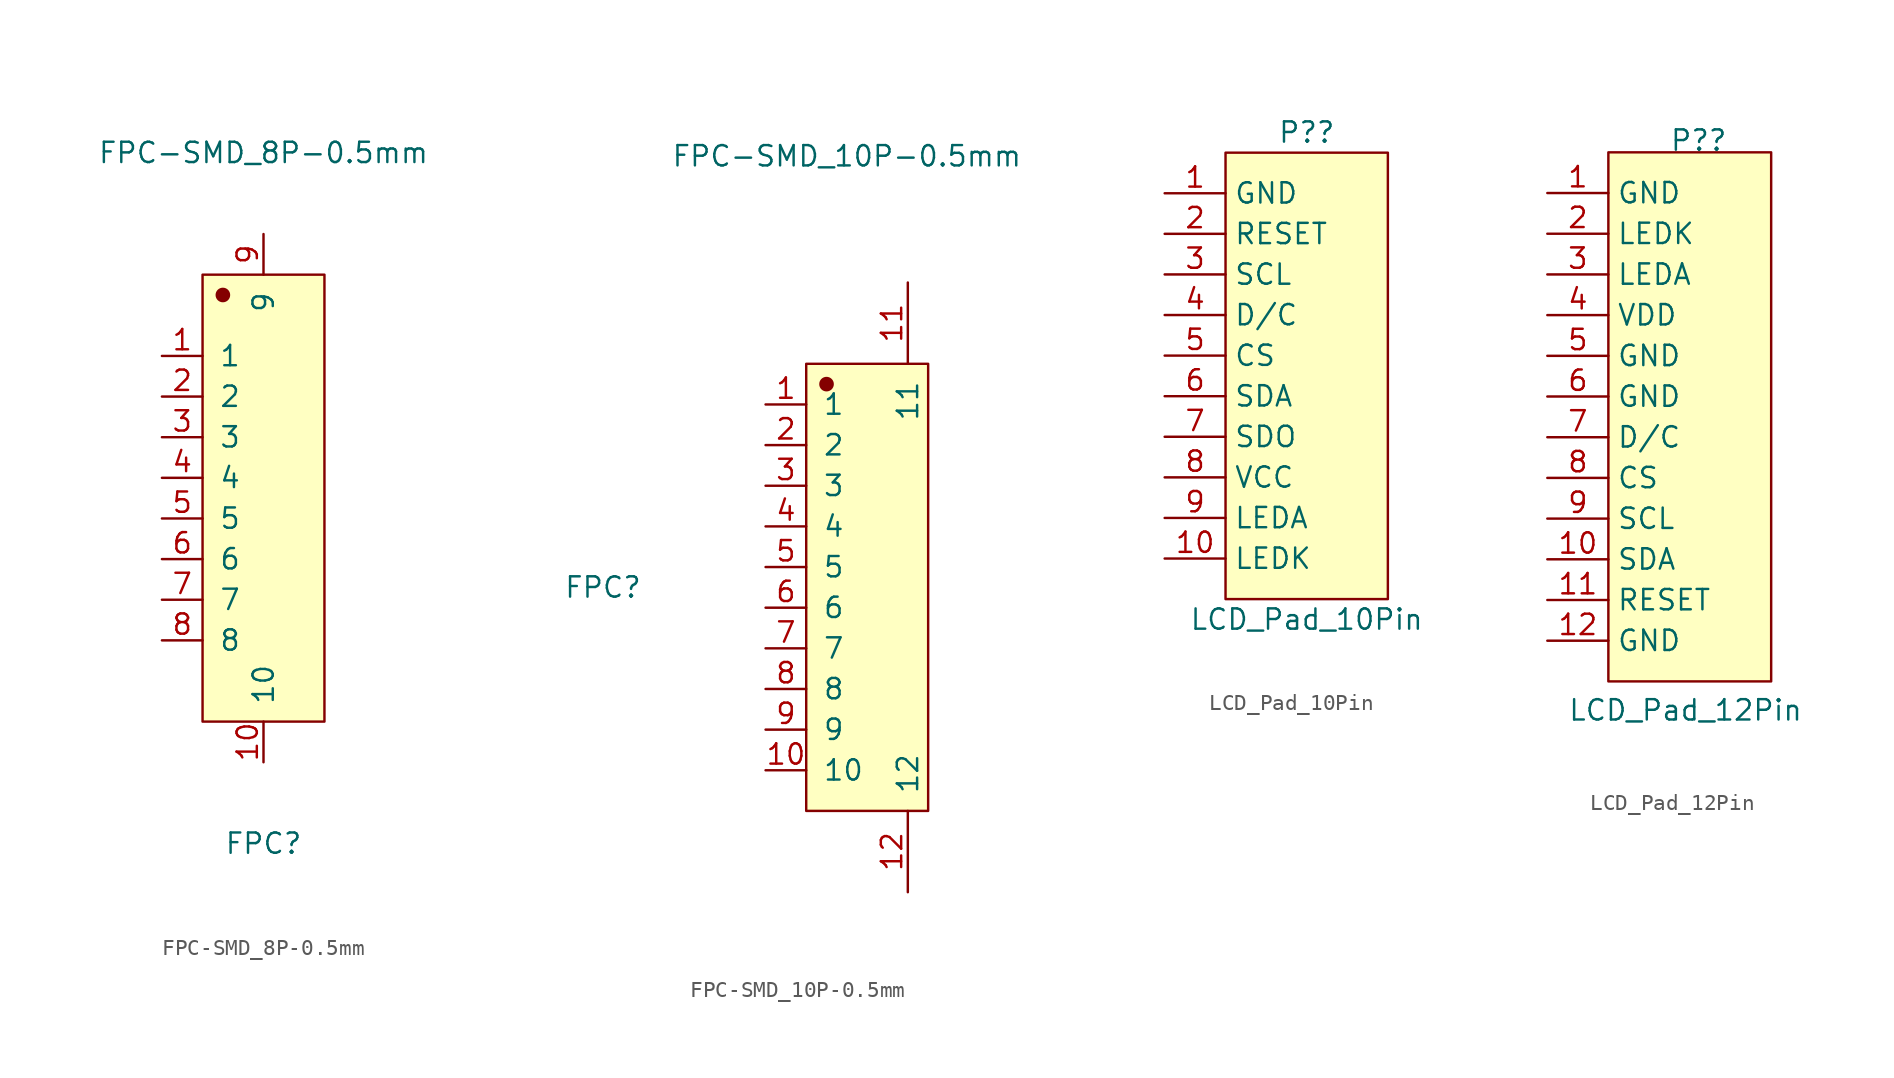
<source format=kicad_sym>
(kicad_symbol_lib
  (version 20211014)
  (generator kicad_symbol_editor)
  (symbol "FPC-SMD_8P-0.5mm"
    (pin_names
      (offset 1.016))
    (property "Reference" "FPC"
      (at 2.54 -21.59 0)
      (effects (font (size 1.27 1.27))))
    (property "Value" "FPC-SMD_8P-0.5mm"
      (at 2.54 21.59 0)
      (effects (font (size 1.27 1.27))))
    (symbol "FPC-SMD_8P-0.5mm_1_1"
      (rectangle (start -1.27 13.97) (end 6.35 -13.97) (stroke (width 0.152) (type default) (color 0 0 0 0)) (fill (type background)))
      (circle (center 0 12.7) (radius 0.381) (stroke (width 0.152) (type default) (color 0 0 0 0)) (fill (type outline)))
      (pin input line (at -3.81 8.89 0) (length 2.54) (name "1" (effects (font (size 1.27 1.27)))) (number "1" (effects (font (size 1.27 1.27)))))
      (pin input line (at 2.54 -16.51 90) (length 2.54) (name "10" (effects (font (size 1.27 1.27)))) (number "10" (effects (font (size 1.27 1.27)))))
      (pin input line (at -3.81 6.35 0) (length 2.54) (name "2" (effects (font (size 1.27 1.27)))) (number "2" (effects (font (size 1.27 1.27)))))
      (pin input line (at -3.81 3.81 0) (length 2.54) (name "3" (effects (font (size 1.27 1.27)))) (number "3" (effects (font (size 1.27 1.27)))))
      (pin input line (at -3.81 1.27 0) (length 2.54) (name "4" (effects (font (size 1.27 1.27)))) (number "4" (effects (font (size 1.27 1.27)))))
      (pin input line (at -3.81 -1.27 0) (length 2.54) (name "5" (effects (font (size 1.27 1.27)))) (number "5" (effects (font (size 1.27 1.27)))))
      (pin input line (at -3.81 -3.81 0) (length 2.54) (name "6" (effects (font (size 1.27 1.27)))) (number "6" (effects (font (size 1.27 1.27)))))
      (pin input line (at -3.81 -6.35 0) (length 2.54) (name "7" (effects (font (size 1.27 1.27)))) (number "7" (effects (font (size 1.27 1.27)))))
      (pin input line (at -3.81 -8.89 0) (length 2.54) (name "8" (effects (font (size 1.27 1.27)))) (number "8" (effects (font (size 1.27 1.27)))))
      (pin input line (at 2.54 16.51 270) (length 2.54) (name "9" (effects (font (size 1.27 1.27)))) (number "9" (effects (font (size 1.27 1.27)))))))
  (symbol "FPC-SMD_10P-0.5mm"
    (pin_names
      (offset 1.016))
    (property "Reference" "FPC"
      (at -15.24 0 0)
      (effects (font (size 1.27 1.27))))
    (property "Value" "FPC-SMD_10P-0.5mm"
      (at 0 26.949 0)
      (effects (font (size 1.27 1.27))))
    (symbol "FPC-SMD_10P-0.5mm_1_1"
      (rectangle (start -2.54 13.97) (end 5.08 -13.97) (stroke (width 0.152) (type default) (color 0 0 0 0)) (fill (type background)))
      (circle (center -1.27 12.7) (radius 0.381) (stroke (width 0.152) (type default) (color 0 0 0 0)) (fill (type outline)))
      (pin input line (at -5.08 11.43 0) (length 2.54) (name "1" (effects (font (size 1.27 1.27)))) (number "1" (effects (font (size 1.27 1.27)))))
      (pin input line (at -5.08 -11.43 0) (length 2.54) (name "10" (effects (font (size 1.27 1.27)))) (number "10" (effects (font (size 1.27 1.27)))))
      (pin input line (at 3.81 19.05 270) (length 5.08) (name "11" (effects (font (size 1.27 1.27)))) (number "11" (effects (font (size 1.27 1.27)))))
      (pin input line (at 3.81 -19.05 90) (length 5.08) (name "12" (effects (font (size 1.27 1.27)))) (number "12" (effects (font (size 1.27 1.27)))))
      (pin input line (at -5.08 8.89 0) (length 2.54) (name "2" (effects (font (size 1.27 1.27)))) (number "2" (effects (font (size 1.27 1.27)))))
      (pin input line (at -5.08 6.35 0) (length 2.54) (name "3" (effects (font (size 1.27 1.27)))) (number "3" (effects (font (size 1.27 1.27)))))
      (pin input line (at -5.08 3.81 0) (length 2.54) (name "4" (effects (font (size 1.27 1.27)))) (number "4" (effects (font (size 1.27 1.27)))))
      (pin input line (at -5.08 1.27 0) (length 2.54) (name "5" (effects (font (size 1.27 1.27)))) (number "5" (effects (font (size 1.27 1.27)))))
      (pin input line (at -5.08 -1.27 0) (length 2.54) (name "6" (effects (font (size 1.27 1.27)))) (number "6" (effects (font (size 1.27 1.27)))))
      (pin input line (at -5.08 -3.81 0) (length 2.54) (name "7" (effects (font (size 1.27 1.27)))) (number "7" (effects (font (size 1.27 1.27)))))
      (pin input line (at -5.08 -6.35 0) (length 2.54) (name "8" (effects (font (size 1.27 1.27)))) (number "8" (effects (font (size 1.27 1.27)))))
      (pin input line (at -5.08 -8.89 0) (length 2.54) (name "9" (effects (font (size 1.27 1.27)))) (number "9" (effects (font (size 1.27 1.27)))))))
  (symbol "LCD_Pad_10Pin"
    (property "Reference" "P?"
      (at -1.27 19.05 0)
      (effects (font (size 1.27 1.27))))
    (property "Value" "LCD_Pad_10Pin"
      (at -1.27 -11.43 0)
      (effects (font (size 1.27 1.27))))
    (symbol "LCD_Pad_10Pin_1_0"
      (rectangle (start -6.35 17.78) (end 3.81 -10.16) (stroke (width 0) (type default) (color 0 0 0 0)) (fill (type background)))
      (pin passive line (at -10.16 15.24 0) (length 3.81) (name "GND" (effects (font (size 1.27 1.27)))) (number "1" (effects (font (size 1.27 1.27)))))
      (pin passive line (at -10.16 -7.62 0) (length 3.81) (name "LEDK" (effects (font (size 1.27 1.27)))) (number "10" (effects (font (size 1.27 1.27)))))
      (pin passive line (at -10.16 12.7 0) (length 3.81) (name "RESET" (effects (font (size 1.27 1.27)))) (number "2" (effects (font (size 1.27 1.27)))))
      (pin passive line (at -10.16 10.16 0) (length 3.81) (name "SCL" (effects (font (size 1.27 1.27)))) (number "3" (effects (font (size 1.27 1.27)))))
      (pin passive line (at -10.16 7.62 0) (length 3.81) (name "D/C" (effects (font (size 1.27 1.27)))) (number "4" (effects (font (size 1.27 1.27)))))
      (pin passive line (at -10.16 5.08 0) (length 3.81) (name "CS" (effects (font (size 1.27 1.27)))) (number "5" (effects (font (size 1.27 1.27)))))
      (pin passive line (at -10.16 2.54 0) (length 3.81) (name "SDA" (effects (font (size 1.27 1.27)))) (number "6" (effects (font (size 1.27 1.27)))))
      (pin passive line (at -10.16 0 0) (length 3.81) (name "SDO" (effects (font (size 1.27 1.27)))) (number "7" (effects (font (size 1.27 1.27)))))
      (pin passive line (at -10.16 -2.54 0) (length 3.81) (name "VCC" (effects (font (size 1.27 1.27)))) (number "8" (effects (font (size 1.27 1.27)))))
      (pin passive line (at -10.16 -5.08 0) (length 3.81) (name "LEDA" (effects (font (size 1.27 1.27)))) (number "9" (effects (font (size 1.27 1.27)))))))
  (symbol "LCD_Pad_12Pin"
    (property "Reference" "P?"
      (at -5.08 17.78 0)
      (effects (font (size 1.27 1.27)) (justify left bottom)))
    (property "Value" "LCD_Pad_12Pin"
      (at -11.43 -17.78 0)
      (effects (font (size 1.27 1.27)) (justify left bottom)))
    (symbol "LCD_Pad_12Pin_1_0"
      (rectangle (start -8.89 17.78) (end 1.27 -15.24) (stroke (width 0) (type default) (color 0 0 0 0)) (fill (type background)))
      (pin passive line (at -12.7 15.24 0) (length 3.81) (name "GND" (effects (font (size 1.27 1.27)))) (number "1" (effects (font (size 1.27 1.27)))))
      (pin passive line (at -12.7 -7.62 0) (length 3.81) (name "SDA" (effects (font (size 1.27 1.27)))) (number "10" (effects (font (size 1.27 1.27)))))
      (pin passive line (at -12.7 -10.16 0) (length 3.81) (name "RESET" (effects (font (size 1.27 1.27)))) (number "11" (effects (font (size 1.27 1.27)))))
      (pin passive line (at -12.7 -12.7 0) (length 3.81) (name "GND" (effects (font (size 1.27 1.27)))) (number "12" (effects (font (size 1.27 1.27)))))
      (pin passive line (at -12.7 12.7 0) (length 3.81) (name "LEDK" (effects (font (size 1.27 1.27)))) (number "2" (effects (font (size 1.27 1.27)))))
      (pin passive line (at -12.7 10.16 0) (length 3.81) (name "LEDA" (effects (font (size 1.27 1.27)))) (number "3" (effects (font (size 1.27 1.27)))))
      (pin passive line (at -12.7 7.62 0) (length 3.81) (name "VDD" (effects (font (size 1.27 1.27)))) (number "4" (effects (font (size 1.27 1.27)))))
      (pin passive line (at -12.7 5.08 0) (length 3.81) (name "GND" (effects (font (size 1.27 1.27)))) (number "5" (effects (font (size 1.27 1.27)))))
      (pin passive line (at -12.7 2.54 0) (length 3.81) (name "GND" (effects (font (size 1.27 1.27)))) (number "6" (effects (font (size 1.27 1.27)))))
      (pin passive line (at -12.7 0 0) (length 3.81) (name "D/C" (effects (font (size 1.27 1.27)))) (number "7" (effects (font (size 1.27 1.27)))))
      (pin passive line (at -12.7 -2.54 0) (length 3.81) (name "CS" (effects (font (size 1.27 1.27)))) (number "8" (effects (font (size 1.27 1.27)))))
      (pin passive line (at -12.7 -5.08 0) (length 3.81) (name "SCL" (effects (font (size 1.27 1.27)))) (number "9" (effects (font (size 1.27 1.27))))))))
</source>
